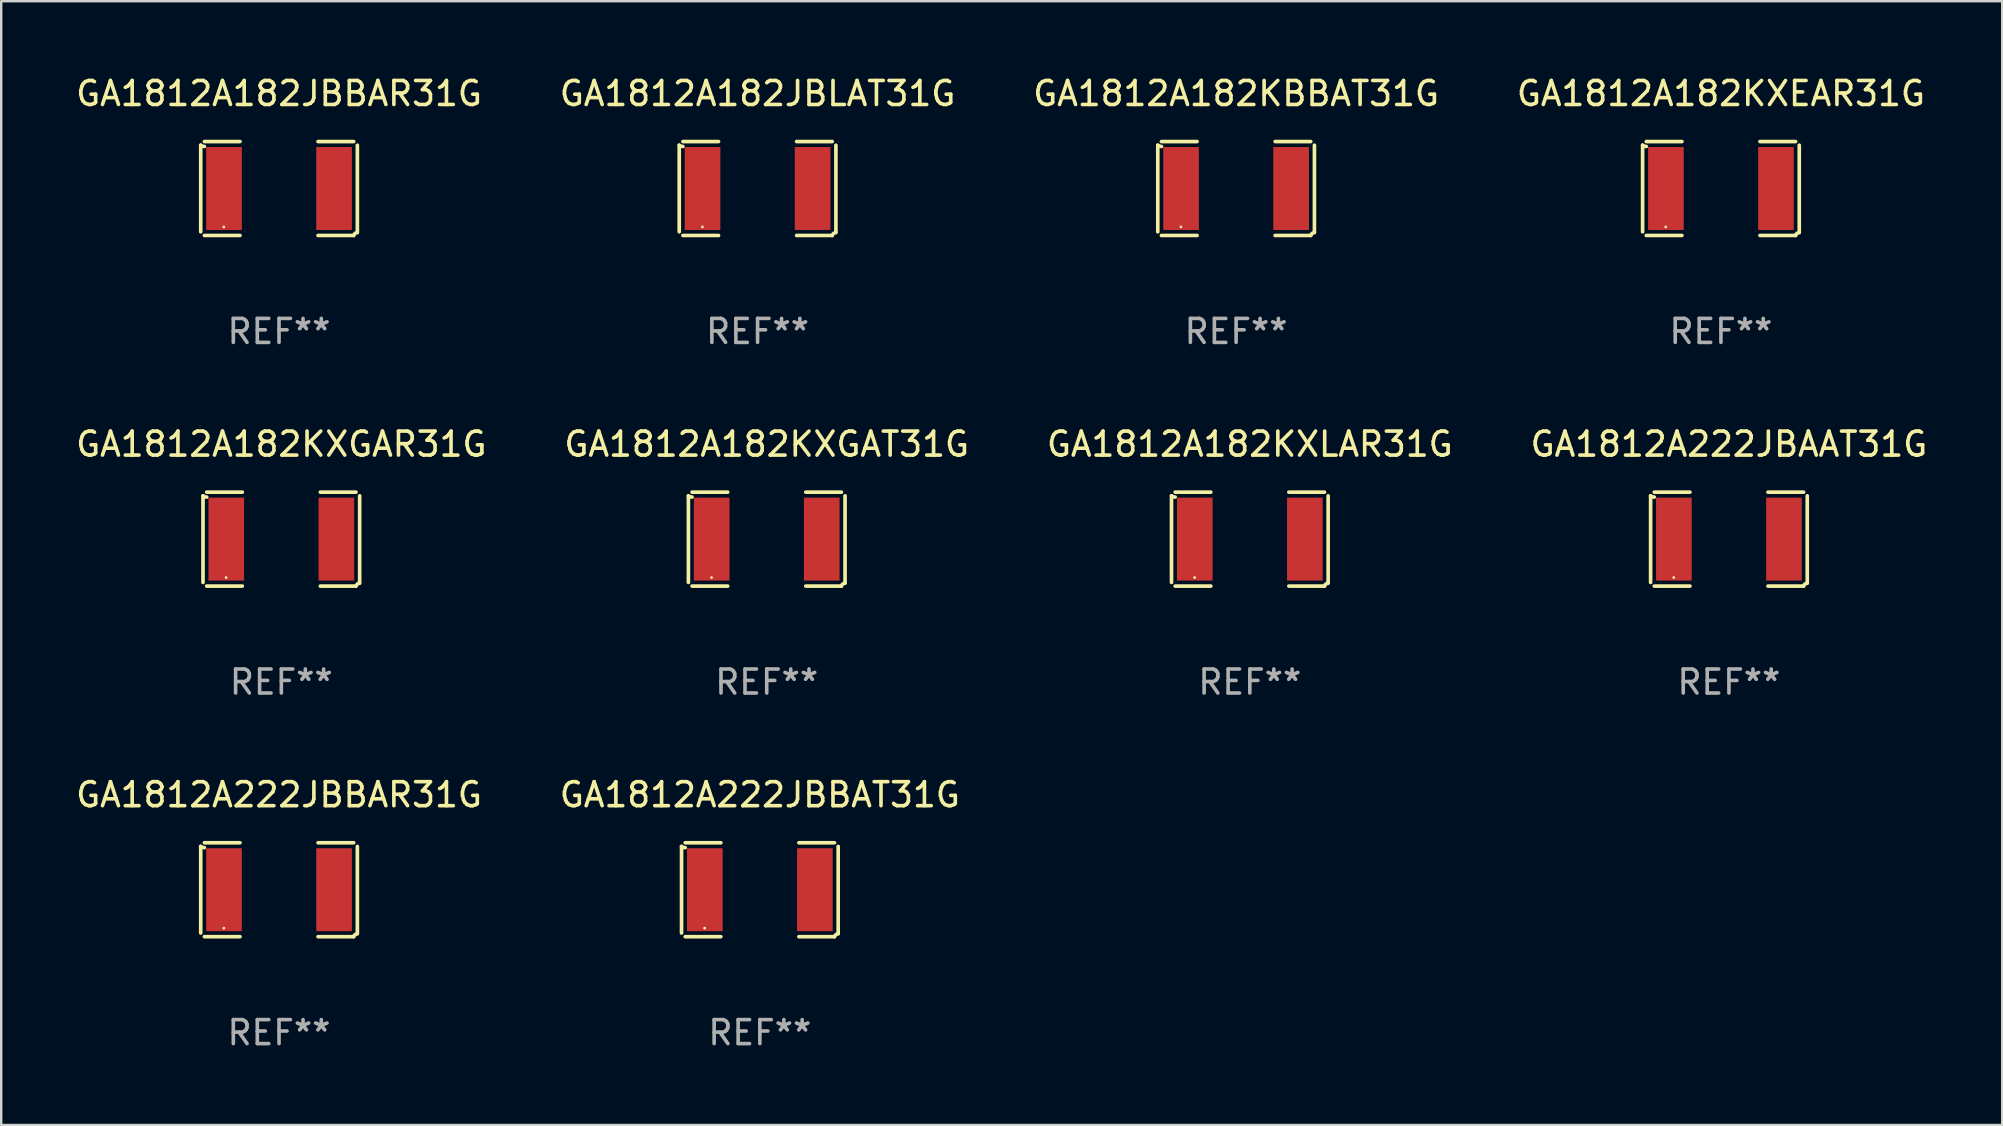
<source format=kicad_pcb>
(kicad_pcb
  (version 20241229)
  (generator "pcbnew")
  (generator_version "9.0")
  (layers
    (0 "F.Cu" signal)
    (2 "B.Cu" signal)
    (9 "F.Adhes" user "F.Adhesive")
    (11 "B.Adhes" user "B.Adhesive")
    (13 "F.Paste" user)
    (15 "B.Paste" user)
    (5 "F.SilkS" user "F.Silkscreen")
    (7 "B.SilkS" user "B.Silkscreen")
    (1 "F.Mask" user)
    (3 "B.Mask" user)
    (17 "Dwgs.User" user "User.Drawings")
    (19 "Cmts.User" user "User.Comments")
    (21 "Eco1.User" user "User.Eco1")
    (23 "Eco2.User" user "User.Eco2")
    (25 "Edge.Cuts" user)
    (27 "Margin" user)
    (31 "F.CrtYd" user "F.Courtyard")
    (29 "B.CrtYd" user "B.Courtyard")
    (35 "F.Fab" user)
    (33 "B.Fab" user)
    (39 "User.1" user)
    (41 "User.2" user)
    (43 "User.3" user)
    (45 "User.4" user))
  (footprint "GA1812A182KBBAT31G"
    (layer "F.Cu")
    (at 48.458 4.805)
    (property "Reference" "GA1812A182KBBAT31G" (at 0 -3.957 0) (layer "F.SilkS") (effects (font (size 1 1) (thickness 0.15))))
    (attr through_hole)
    (fp_line (start -3.264 1.804) (end -3.264 -1.804) (stroke (width 0.152) (type solid)) (layer "F.SilkS"))
    (fp_line (start -3.111 -1.957) (end -1.626 -1.957) (stroke (width 0.152) (type solid)) (layer "F.SilkS"))
    (fp_line (start -1.626 1.957) (end -3.111 1.957) (stroke (width 0.152) (type solid)) (layer "F.SilkS"))
    (fp_line (start 1.626 1.957) (end 3.111 1.957) (stroke (width 0.152) (type solid)) (layer "F.SilkS"))
    (fp_line (start 3.111 -1.957) (end 1.626 -1.957) (stroke (width 0.152) (type solid)) (layer "F.SilkS"))
    (fp_line (start 3.264 1.804) (end 3.264 -1.804) (stroke (width 0.152) (type solid)) (layer "F.SilkS"))
    (fp_arc (start -3.111202 -1.752192) (mid -3.191715 -1.76555) (end -3.263602 -1.804191) (stroke (width 0.1524) (type solid)) (layer "F.SilkS"))
    (fp_arc (start 3.111201 1.956591) (mid 3.167789 1.872777) (end 3.263602 1.840424) (stroke (width 0.1524) (type solid)) (layer "F.SilkS"))
    (fp_circle (center -2.3 1.6) (end -2.27 1.6) (stroke (width 0.06) (type solid)) (fill no) (layer "F.SilkS"))
    (fp_text user "REF**" (at 0 5.957 0) (layer "F.Fab") (effects (font (size 1 1) (thickness 0.15))))
    (pad "1" smd rect (at -2.293 0) (size 1.485 3.456) (layers "F.Cu" "F.Mask" "F.Paste"))
    (pad "2" smd rect (at 2.293 0) (size 1.485 3.456) (layers "F.Cu" "F.Mask" "F.Paste")))
  (footprint "GA1812A182JBLAT31G"
    (layer "F.Cu")
    (at 28.518 4.805)
    (property "Reference" "GA1812A182JBLAT31G" (at 0 -3.957 0) (layer "F.SilkS") (effects (font (size 1 1) (thickness 0.15))))
    (attr through_hole)
    (fp_line (start -3.264 1.804) (end -3.264 -1.804) (stroke (width 0.152) (type solid)) (layer "F.SilkS"))
    (fp_line (start -3.111 -1.957) (end -1.626 -1.957) (stroke (width 0.152) (type solid)) (layer "F.SilkS"))
    (fp_line (start -1.626 1.957) (end -3.111 1.957) (stroke (width 0.152) (type solid)) (layer "F.SilkS"))
    (fp_line (start 1.626 1.957) (end 3.111 1.957) (stroke (width 0.152) (type solid)) (layer "F.SilkS"))
    (fp_line (start 3.111 -1.957) (end 1.626 -1.957) (stroke (width 0.152) (type solid)) (layer "F.SilkS"))
    (fp_line (start 3.264 1.804) (end 3.264 -1.804) (stroke (width 0.152) (type solid)) (layer "F.SilkS"))
    (fp_arc (start -3.111202 -1.752192) (mid -3.191715 -1.76555) (end -3.263602 -1.804191) (stroke (width 0.1524) (type solid)) (layer "F.SilkS"))
    (fp_arc (start 3.111201 1.956591) (mid 3.167789 1.872777) (end 3.263602 1.840424) (stroke (width 0.1524) (type solid)) (layer "F.SilkS"))
    (fp_circle (center -2.3 1.6) (end -2.27 1.6) (stroke (width 0.06) (type solid)) (fill no) (layer "F.SilkS"))
    (fp_text user "REF**" (at 0 5.957 0) (layer "F.Fab") (effects (font (size 1 1) (thickness 0.15))))
    (pad "1" smd rect (at -2.293 0) (size 1.485 3.456) (layers "F.Cu" "F.Mask" "F.Paste"))
    (pad "2" smd rect (at 2.293 0) (size 1.485 3.456) (layers "F.Cu" "F.Mask" "F.Paste")))
  (footprint "GA1812A182KXGAR31G"
    (layer "F.Cu")
    (at 8.673 19.415)
    (property "Reference" "GA1812A182KXGAR31G" (at 0 -3.957 0) (layer "F.SilkS") (effects (font (size 1 1) (thickness 0.15))))
    (attr through_hole)
    (fp_line (start -3.264 1.804) (end -3.264 -1.804) (stroke (width 0.152) (type solid)) (layer "F.SilkS"))
    (fp_line (start -3.111 -1.957) (end -1.626 -1.957) (stroke (width 0.152) (type solid)) (layer "F.SilkS"))
    (fp_line (start -1.626 1.957) (end -3.111 1.957) (stroke (width 0.152) (type solid)) (layer "F.SilkS"))
    (fp_line (start 1.626 1.957) (end 3.111 1.957) (stroke (width 0.152) (type solid)) (layer "F.SilkS"))
    (fp_line (start 3.111 -1.957) (end 1.626 -1.957) (stroke (width 0.152) (type solid)) (layer "F.SilkS"))
    (fp_line (start 3.264 1.804) (end 3.264 -1.804) (stroke (width 0.152) (type solid)) (layer "F.SilkS"))
    (fp_arc (start -3.111202 -1.752192) (mid -3.191715 -1.76555) (end -3.263602 -1.804191) (stroke (width 0.1524) (type solid)) (layer "F.SilkS"))
    (fp_arc (start 3.111201 1.956591) (mid 3.167789 1.872777) (end 3.263602 1.840424) (stroke (width 0.1524) (type solid)) (layer "F.SilkS"))
    (fp_circle (center -2.3 1.6) (end -2.27 1.6) (stroke (width 0.06) (type solid)) (fill no) (layer "F.SilkS"))
    (fp_text user "REF**" (at 0 5.957 0) (layer "F.Fab") (effects (font (size 1 1) (thickness 0.15))))
    (pad "1" smd rect (at -2.293 0) (size 1.485 3.456) (layers "F.Cu" "F.Mask" "F.Paste"))
    (pad "2" smd rect (at 2.293 0) (size 1.485 3.456) (layers "F.Cu" "F.Mask" "F.Paste")))
  (footprint "GA1812A182JBBAR31G"
    (layer "F.Cu")
    (at 8.577 4.805)
    (property "Reference" "GA1812A182JBBAR31G" (at 0 -3.957 0) (layer "F.SilkS") (effects (font (size 1 1) (thickness 0.15))))
    (attr through_hole)
    (fp_line (start -3.264 1.804) (end -3.264 -1.804) (stroke (width 0.152) (type solid)) (layer "F.SilkS"))
    (fp_line (start -3.111 -1.957) (end -1.626 -1.957) (stroke (width 0.152) (type solid)) (layer "F.SilkS"))
    (fp_line (start -1.626 1.957) (end -3.111 1.957) (stroke (width 0.152) (type solid)) (layer "F.SilkS"))
    (fp_line (start 1.626 1.957) (end 3.111 1.957) (stroke (width 0.152) (type solid)) (layer "F.SilkS"))
    (fp_line (start 3.111 -1.957) (end 1.626 -1.957) (stroke (width 0.152) (type solid)) (layer "F.SilkS"))
    (fp_line (start 3.264 1.804) (end 3.264 -1.804) (stroke (width 0.152) (type solid)) (layer "F.SilkS"))
    (fp_arc (start -3.111202 -1.752192) (mid -3.191715 -1.76555) (end -3.263602 -1.804191) (stroke (width 0.1524) (type solid)) (layer "F.SilkS"))
    (fp_arc (start 3.111201 1.956591) (mid 3.167789 1.872777) (end 3.263602 1.840424) (stroke (width 0.1524) (type solid)) (layer "F.SilkS"))
    (fp_circle (center -2.3 1.6) (end -2.27 1.6) (stroke (width 0.06) (type solid)) (fill no) (layer "F.SilkS"))
    (fp_text user "REF**" (at 0 5.957 0) (layer "F.Fab") (effects (font (size 1 1) (thickness 0.15))))
    (pad "1" smd rect (at -2.293 0) (size 1.485 3.456) (layers "F.Cu" "F.Mask" "F.Paste"))
    (pad "2" smd rect (at 2.293 0) (size 1.485 3.456) (layers "F.Cu" "F.Mask" "F.Paste")))
  (footprint "GA1812A182KXGAT31G"
    (layer "F.Cu")
    (at 28.899 19.415)
    (property "Reference" "GA1812A182KXGAT31G" (at 0 -3.957 0) (layer "F.SilkS") (effects (font (size 1 1) (thickness 0.15))))
    (attr through_hole)
    (fp_line (start -3.264 1.804) (end -3.264 -1.804) (stroke (width 0.152) (type solid)) (layer "F.SilkS"))
    (fp_line (start -3.111 -1.957) (end -1.626 -1.957) (stroke (width 0.152) (type solid)) (layer "F.SilkS"))
    (fp_line (start -1.626 1.957) (end -3.111 1.957) (stroke (width 0.152) (type solid)) (layer "F.SilkS"))
    (fp_line (start 1.626 1.957) (end 3.111 1.957) (stroke (width 0.152) (type solid)) (layer "F.SilkS"))
    (fp_line (start 3.111 -1.957) (end 1.626 -1.957) (stroke (width 0.152) (type solid)) (layer "F.SilkS"))
    (fp_line (start 3.264 1.804) (end 3.264 -1.804) (stroke (width 0.152) (type solid)) (layer "F.SilkS"))
    (fp_arc (start -3.111202 -1.752192) (mid -3.191715 -1.76555) (end -3.263602 -1.804191) (stroke (width 0.1524) (type solid)) (layer "F.SilkS"))
    (fp_arc (start 3.111201 1.956591) (mid 3.167789 1.872777) (end 3.263602 1.840424) (stroke (width 0.1524) (type solid)) (layer "F.SilkS"))
    (fp_circle (center -2.3 1.6) (end -2.27 1.6) (stroke (width 0.06) (type solid)) (fill no) (layer "F.SilkS"))
    (fp_text user "REF**" (at 0 5.957 0) (layer "F.Fab") (effects (font (size 1 1) (thickness 0.15))))
    (pad "1" smd rect (at -2.293 0) (size 1.485 3.456) (layers "F.Cu" "F.Mask" "F.Paste"))
    (pad "2" smd rect (at 2.293 0) (size 1.485 3.456) (layers "F.Cu" "F.Mask" "F.Paste")))
  (footprint "GA1812A222JBBAT31G"
    (layer "F.Cu")
    (at 28.613 34.024)
    (property "Reference" "GA1812A222JBBAT31G" (at 0 -3.957 0) (layer "F.SilkS") (effects (font (size 1 1) (thickness 0.15))))
    (attr through_hole)
    (fp_line (start -3.264 1.804) (end -3.264 -1.804) (stroke (width 0.152) (type solid)) (layer "F.SilkS"))
    (fp_line (start -3.111 -1.957) (end -1.626 -1.957) (stroke (width 0.152) (type solid)) (layer "F.SilkS"))
    (fp_line (start -1.626 1.957) (end -3.111 1.957) (stroke (width 0.152) (type solid)) (layer "F.SilkS"))
    (fp_line (start 1.626 1.957) (end 3.111 1.957) (stroke (width 0.152) (type solid)) (layer "F.SilkS"))
    (fp_line (start 3.111 -1.957) (end 1.626 -1.957) (stroke (width 0.152) (type solid)) (layer "F.SilkS"))
    (fp_line (start 3.264 1.804) (end 3.264 -1.804) (stroke (width 0.152) (type solid)) (layer "F.SilkS"))
    (fp_arc (start -3.111202 -1.752192) (mid -3.191715 -1.76555) (end -3.263602 -1.804191) (stroke (width 0.1524) (type solid)) (layer "F.SilkS"))
    (fp_arc (start 3.111201 1.956591) (mid 3.167789 1.872777) (end 3.263602 1.840424) (stroke (width 0.1524) (type solid)) (layer "F.SilkS"))
    (fp_circle (center -2.3 1.6) (end -2.27 1.6) (stroke (width 0.06) (type solid)) (fill no) (layer "F.SilkS"))
    (fp_text user "REF**" (at 0 5.957 0) (layer "F.Fab") (effects (font (size 1 1) (thickness 0.15))))
    (pad "1" smd rect (at -2.293 0) (size 1.485 3.456) (layers "F.Cu" "F.Mask" "F.Paste"))
    (pad "2" smd rect (at 2.293 0) (size 1.485 3.456) (layers "F.Cu" "F.Mask" "F.Paste")))
  (footprint "GA1812A182KXEAR31G"
    (layer "F.Cu")
    (at 68.661 4.805)
    (property "Reference" "GA1812A182KXEAR31G" (at 0 -3.957 0) (layer "F.SilkS") (effects (font (size 1 1) (thickness 0.15))))
    (attr through_hole)
    (fp_line (start -3.264 1.804) (end -3.264 -1.804) (stroke (width 0.152) (type solid)) (layer "F.SilkS"))
    (fp_line (start -3.111 -1.957) (end -1.626 -1.957) (stroke (width 0.152) (type solid)) (layer "F.SilkS"))
    (fp_line (start -1.626 1.957) (end -3.111 1.957) (stroke (width 0.152) (type solid)) (layer "F.SilkS"))
    (fp_line (start 1.626 1.957) (end 3.111 1.957) (stroke (width 0.152) (type solid)) (layer "F.SilkS"))
    (fp_line (start 3.111 -1.957) (end 1.626 -1.957) (stroke (width 0.152) (type solid)) (layer "F.SilkS"))
    (fp_line (start 3.264 1.804) (end 3.264 -1.804) (stroke (width 0.152) (type solid)) (layer "F.SilkS"))
    (fp_arc (start -3.111202 -1.752192) (mid -3.191715 -1.76555) (end -3.263602 -1.804191) (stroke (width 0.1524) (type solid)) (layer "F.SilkS"))
    (fp_arc (start 3.111201 1.956591) (mid 3.167789 1.872777) (end 3.263602 1.840424) (stroke (width 0.1524) (type solid)) (layer "F.SilkS"))
    (fp_circle (center -2.3 1.6) (end -2.27 1.6) (stroke (width 0.06) (type solid)) (fill no) (layer "F.SilkS"))
    (fp_text user "REF**" (at 0 5.957 0) (layer "F.Fab") (effects (font (size 1 1) (thickness 0.15))))
    (pad "1" smd rect (at -2.293 0) (size 1.485 3.456) (layers "F.Cu" "F.Mask" "F.Paste"))
    (pad "2" smd rect (at 2.293 0) (size 1.485 3.456) (layers "F.Cu" "F.Mask" "F.Paste")))
  (footprint "GA1812A182KXLAR31G"
    (layer "F.Cu")
    (at 49.03 19.415)
    (property "Reference" "GA1812A182KXLAR31G" (at 0 -3.957 0) (layer "F.SilkS") (effects (font (size 1 1) (thickness 0.15))))
    (attr through_hole)
    (fp_line (start -3.264 1.804) (end -3.264 -1.804) (stroke (width 0.152) (type solid)) (layer "F.SilkS"))
    (fp_line (start -3.111 -1.957) (end -1.626 -1.957) (stroke (width 0.152) (type solid)) (layer "F.SilkS"))
    (fp_line (start -1.626 1.957) (end -3.111 1.957) (stroke (width 0.152) (type solid)) (layer "F.SilkS"))
    (fp_line (start 1.626 1.957) (end 3.111 1.957) (stroke (width 0.152) (type solid)) (layer "F.SilkS"))
    (fp_line (start 3.111 -1.957) (end 1.626 -1.957) (stroke (width 0.152) (type solid)) (layer "F.SilkS"))
    (fp_line (start 3.264 1.804) (end 3.264 -1.804) (stroke (width 0.152) (type solid)) (layer "F.SilkS"))
    (fp_arc (start -3.111202 -1.752192) (mid -3.191715 -1.76555) (end -3.263602 -1.804191) (stroke (width 0.1524) (type solid)) (layer "F.SilkS"))
    (fp_arc (start 3.111201 1.956591) (mid 3.167789 1.872777) (end 3.263602 1.840424) (stroke (width 0.1524) (type solid)) (layer "F.SilkS"))
    (fp_circle (center -2.3 1.6) (end -2.27 1.6) (stroke (width 0.06) (type solid)) (fill no) (layer "F.SilkS"))
    (fp_text user "REF**" (at 0 5.957 0) (layer "F.Fab") (effects (font (size 1 1) (thickness 0.15))))
    (pad "1" smd rect (at -2.293 0) (size 1.485 3.456) (layers "F.Cu" "F.Mask" "F.Paste"))
    (pad "2" smd rect (at 2.293 0) (size 1.485 3.456) (layers "F.Cu" "F.Mask" "F.Paste")))
  (footprint "GA1812A222JBAAT31G"
    (layer "F.Cu")
    (at 68.994 19.415)
    (property "Reference" "GA1812A222JBAAT31G" (at 0 -3.957 0) (layer "F.SilkS") (effects (font (size 1 1) (thickness 0.15))))
    (attr through_hole)
    (fp_line (start -3.264 1.804) (end -3.264 -1.804) (stroke (width 0.152) (type solid)) (layer "F.SilkS"))
    (fp_line (start -3.111 -1.957) (end -1.626 -1.957) (stroke (width 0.152) (type solid)) (layer "F.SilkS"))
    (fp_line (start -1.626 1.957) (end -3.111 1.957) (stroke (width 0.152) (type solid)) (layer "F.SilkS"))
    (fp_line (start 1.626 1.957) (end 3.111 1.957) (stroke (width 0.152) (type solid)) (layer "F.SilkS"))
    (fp_line (start 3.111 -1.957) (end 1.626 -1.957) (stroke (width 0.152) (type solid)) (layer "F.SilkS"))
    (fp_line (start 3.264 1.804) (end 3.264 -1.804) (stroke (width 0.152) (type solid)) (layer "F.SilkS"))
    (fp_arc (start -3.111202 -1.752192) (mid -3.191715 -1.76555) (end -3.263602 -1.804191) (stroke (width 0.1524) (type solid)) (layer "F.SilkS"))
    (fp_arc (start 3.111201 1.956591) (mid 3.167789 1.872777) (end 3.263602 1.840424) (stroke (width 0.1524) (type solid)) (layer "F.SilkS"))
    (fp_circle (center -2.3 1.6) (end -2.27 1.6) (stroke (width 0.06) (type solid)) (fill no) (layer "F.SilkS"))
    (fp_text user "REF**" (at 0 5.957 0) (layer "F.Fab") (effects (font (size 1 1) (thickness 0.15))))
    (pad "1" smd rect (at -2.293 0) (size 1.485 3.456) (layers "F.Cu" "F.Mask" "F.Paste"))
    (pad "2" smd rect (at 2.293 0) (size 1.485 3.456) (layers "F.Cu" "F.Mask" "F.Paste")))
  (footprint "GA1812A222JBBAR31G"
    (layer "F.Cu")
    (at 8.577 34.024)
    (property "Reference" "GA1812A222JBBAR31G" (at 0 -3.957 0) (layer "F.SilkS") (effects (font (size 1 1) (thickness 0.15))))
    (attr through_hole)
    (fp_line (start -3.264 1.804) (end -3.264 -1.804) (stroke (width 0.152) (type solid)) (layer "F.SilkS"))
    (fp_line (start -3.111 -1.957) (end -1.626 -1.957) (stroke (width 0.152) (type solid)) (layer "F.SilkS"))
    (fp_line (start -1.626 1.957) (end -3.111 1.957) (stroke (width 0.152) (type solid)) (layer "F.SilkS"))
    (fp_line (start 1.626 1.957) (end 3.111 1.957) (stroke (width 0.152) (type solid)) (layer "F.SilkS"))
    (fp_line (start 3.111 -1.957) (end 1.626 -1.957) (stroke (width 0.152) (type solid)) (layer "F.SilkS"))
    (fp_line (start 3.264 1.804) (end 3.264 -1.804) (stroke (width 0.152) (type solid)) (layer "F.SilkS"))
    (fp_arc (start -3.111202 -1.752192) (mid -3.191715 -1.76555) (end -3.263602 -1.804191) (stroke (width 0.1524) (type solid)) (layer "F.SilkS"))
    (fp_arc (start 3.111201 1.956591) (mid 3.167789 1.872777) (end 3.263602 1.840424) (stroke (width 0.1524) (type solid)) (layer "F.SilkS"))
    (fp_circle (center -2.3 1.6) (end -2.27 1.6) (stroke (width 0.06) (type solid)) (fill no) (layer "F.SilkS"))
    (fp_text user "REF**" (at 0 5.957 0) (layer "F.Fab") (effects (font (size 1 1) (thickness 0.15))))
    (pad "1" smd rect (at -2.293 0) (size 1.485 3.456) (layers "F.Cu" "F.Mask" "F.Paste"))
    (pad "2" smd rect (at 2.293 0) (size 1.485 3.456) (layers "F.Cu" "F.Mask" "F.Paste")))
  (gr_rect
    (start -3 -3)
    (end 80.381 43.829)
    (stroke (width 0.1) (type default))
    (fill no)
    (layer "Edge.Cuts")))
</source>
